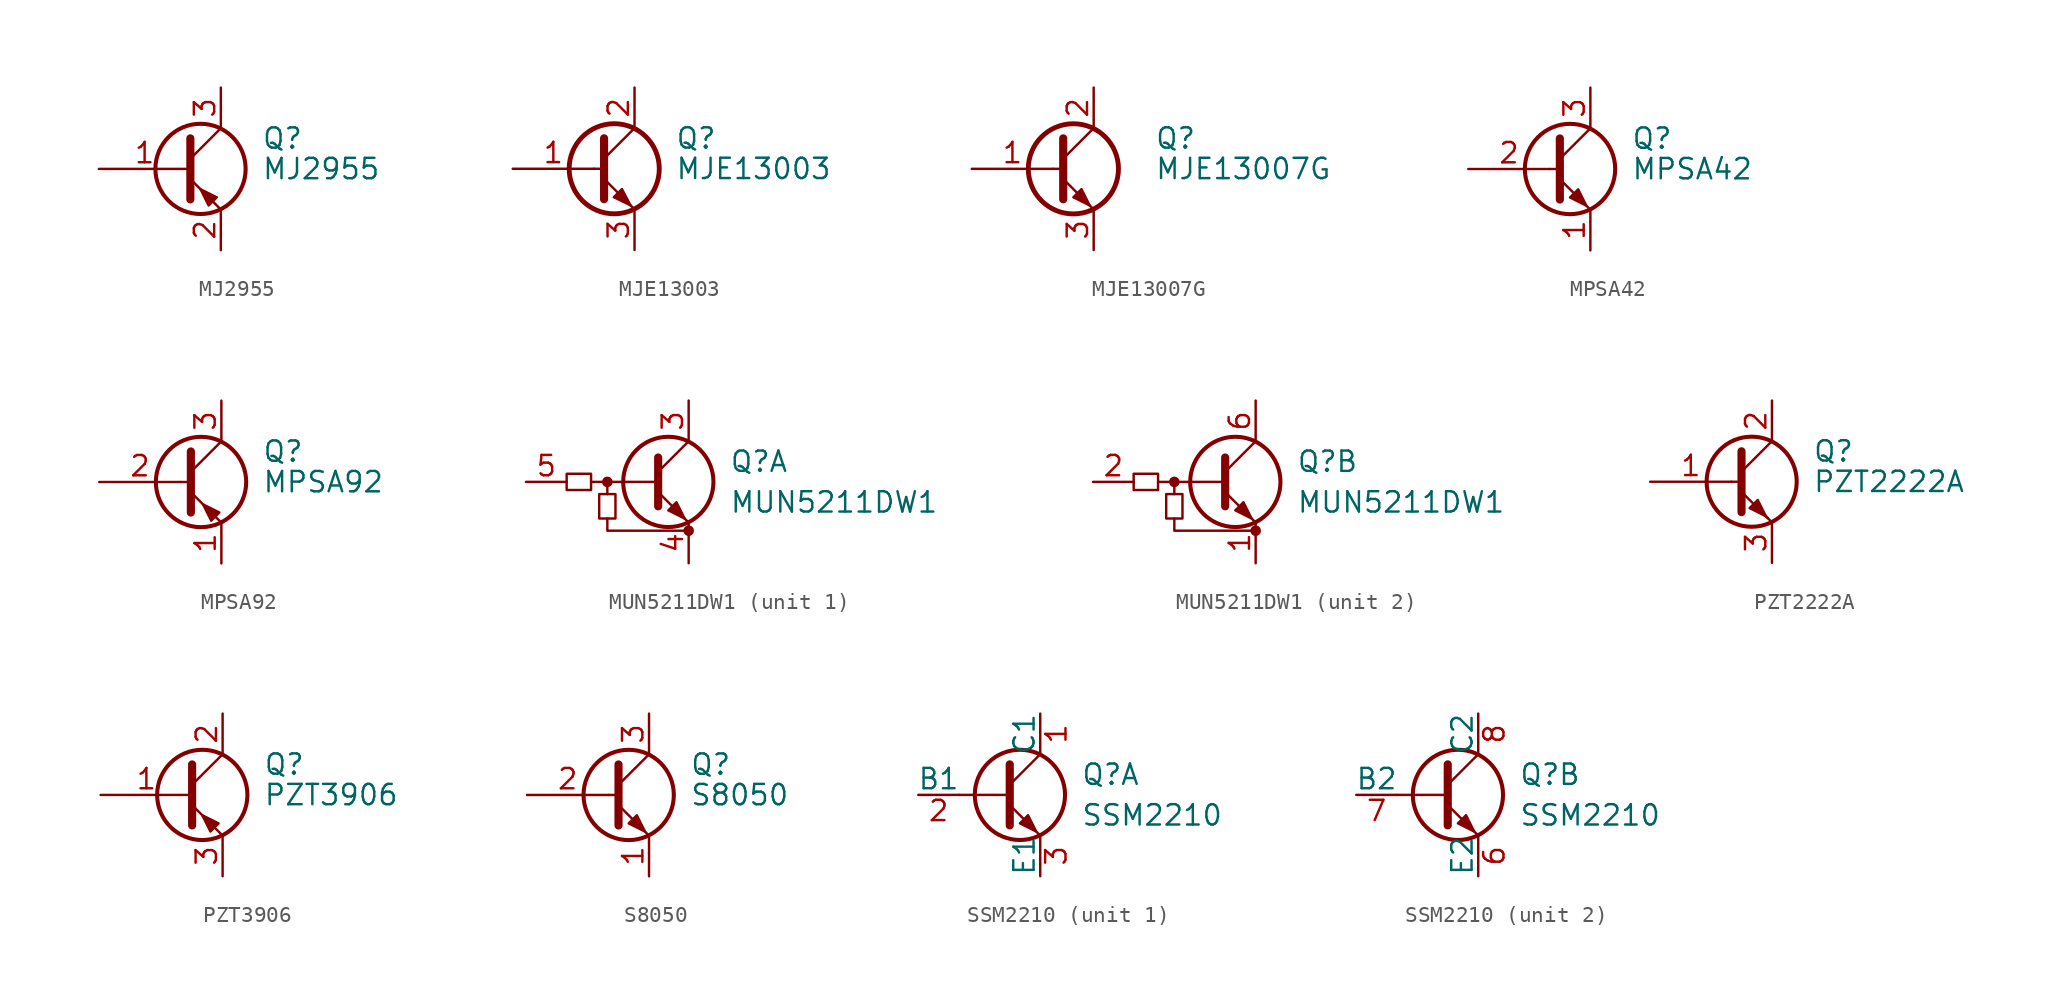
<source format=kicad_sym>
(kicad_symbol_lib
  (version 20201005)
  (generator kicad_symbol_editor)
  (symbol "MJ2955"
    (pin_names
      (offset 0) hide)
    (property "Reference" "Q"
      (at 5.08 1.905 0)
      (effects (font (size 1.27 1.27)) (justify left)))
    (property "Value" "MJ2955"
      (at 5.08 0 0)
      (effects (font (size 1.27 1.27)) (justify left)))
    (symbol "MJ2955_0_1"
      (circle (center 1.27 0) (radius 2.819) (stroke (width 0.254)) (fill (type none)))
      (polyline (pts (xy 0.635 0.635) (xy 2.54 2.54)) (stroke (width 0)) (fill (type none)))
      (polyline (pts (xy 0.635 -0.635) (xy 2.54 -2.54) (xy 2.54 -2.54)) (stroke (width 0)) (fill (type none)))
      (polyline (pts (xy 0.635 1.905) (xy 0.635 -1.905) (xy 0.635 -1.905)) (stroke (width 0.508)) (fill (type none)))
      (polyline (pts (xy 2.286 -1.778) (xy 1.778 -2.286) (xy 1.27 -1.27) (xy 2.286 -1.778) (xy 2.286 -1.778)) (stroke (width 0)) (fill (type outline))))
    (symbol "MJ2955_1_1"
      (pin input line (at -5.08 0 0) (length 5.715) (name "B" (effects (font (size 1.27 1.27)))) (number "1" (effects (font (size 1.27 1.27)))))
      (pin passive line (at 2.54 -5.08 90) (length 2.54) (name "E" (effects (font (size 1.27 1.27)))) (number "2" (effects (font (size 1.27 1.27)))))
      (pin passive line (at 2.54 5.08 270) (length 2.54) (name "C" (effects (font (size 1.27 1.27)))) (number "3" (effects (font (size 1.27 1.27)))))))
  (symbol "MJE13003"
    (pin_names
      (offset 0) hide)
    (property "Reference" "Q"
      (at 5.08 1.905 0)
      (effects (font (size 1.27 1.27)) (justify left)))
    (property "Value" "MJE13003"
      (at 5.08 0 0)
      (effects (font (size 1.27 1.27)) (justify left)))
    (symbol "MJE13003_0_1"
      (circle (center 1.27 0) (radius 2.819) (stroke (width 0.305)) (fill (type none)))
      (polyline (pts (xy 0 0) (xy 0.635 0)) (stroke (width 0)) (fill (type none)))
      (polyline (pts (xy 2.54 -2.54) (xy 0.635 -0.635)) (stroke (width 0)) (fill (type none)))
      (polyline (pts (xy 2.54 2.54) (xy 0.635 0.635)) (stroke (width 0)) (fill (type none)))
      (polyline (pts (xy 0.635 1.905) (xy 0.635 -1.905) (xy 0.635 -1.905)) (stroke (width 0.508)) (fill (type outline)))
      (polyline (pts (xy 1.245 -1.778) (xy 1.753 -1.27) (xy 2.286 -2.286) (xy 1.245 -1.778) (xy 1.245 -1.778)) (stroke (width 0)) (fill (type outline))))
    (symbol "MJE13003_1_1"
      (pin input line (at -5.08 0 0) (length 5.08) (name "B" (effects (font (size 1.27 1.27)))) (number "1" (effects (font (size 1.27 1.27)))))
      (pin passive line (at 2.54 5.08 270) (length 2.54) (name "C" (effects (font (size 1.27 1.27)))) (number "2" (effects (font (size 1.27 1.27)))))
      (pin passive line (at 2.54 -5.08 90) (length 2.54) (name "E" (effects (font (size 1.27 1.27)))) (number "3" (effects (font (size 1.27 1.27)))))))
  (symbol "MJE13007G"
    (pin_names
      (offset 0) hide)
    (property "Reference" "Q"
      (at 6.35 1.905 0)
      (effects (font (size 1.27 1.27)) (justify left)))
    (property "Value" "MJE13007G"
      (at 6.35 0 0)
      (effects (font (size 1.27 1.27)) (justify left)))
    (symbol "MJE13007G_0_1"
      (circle (center 1.27 0) (radius 2.819) (stroke (width 0.305)) (fill (type none)))
      (polyline (pts (xy 0 0) (xy 0.635 0)) (stroke (width 0)) (fill (type none)))
      (polyline (pts (xy 2.54 2.54) (xy 0.635 0.635)) (stroke (width 0)) (fill (type none)))
      (polyline (pts (xy 0.635 1.905) (xy 0.635 -1.905) (xy 0.635 -1.905)) (stroke (width 0.508)) (fill (type none)))
      (polyline (pts (xy 2.286 -2.286) (xy 1.778 -1.778) (xy 1.778 -1.778)) (stroke (width 0)) (fill (type none)))
      (polyline (pts (xy 2.54 -2.54) (xy 0.635 -0.635) (xy 1.27 -1.27)) (stroke (width 0)) (fill (type outline)))
      (polyline (pts (xy 1.27 -1.778) (xy 1.778 -1.27) (xy 2.286 -2.286) (xy 1.27 -1.778) (xy 1.27 -1.778)) (stroke (width 0)) (fill (type outline))))
    (symbol "MJE13007G_1_1"
      (pin input line (at -5.08 0 0) (length 5.08) (name "B" (effects (font (size 1.27 1.27)))) (number "1" (effects (font (size 1.27 1.27)))))
      (pin passive line (at 2.54 5.08 270) (length 2.54) (name "C" (effects (font (size 1.27 1.27)))) (number "2" (effects (font (size 1.27 1.27)))))
      (pin passive line (at 2.54 -5.08 90) (length 2.54) (name "E" (effects (font (size 1.27 1.27)))) (number "3" (effects (font (size 1.27 1.27)))))))
  (symbol "MPSA42"
    (pin_names
      (offset 1.016) hide)
    (property "Reference" "Q"
      (at 5.08 1.905 0)
      (effects (font (size 1.27 1.27)) (justify left)))
    (property "Value" "MPSA42"
      (at 5.08 0 0)
      (effects (font (size 1.27 1.27)) (justify left)))
    (symbol "MPSA42_0_1"
      (circle (center 1.27 0) (radius 2.819) (stroke (width 0.254)) (fill (type none)))
      (polyline (pts (xy 0 0) (xy 0.635 0)) (stroke (width 0)) (fill (type none)))
      (polyline (pts (xy 0.635 0.635) (xy 2.54 2.54)) (stroke (width 0)) (fill (type none)))
      (polyline (pts (xy 0.635 -0.635) (xy 2.54 -2.54) (xy 2.54 -2.54)) (stroke (width 0)) (fill (type none)))
      (polyline (pts (xy 0.635 1.905) (xy 0.635 -1.905) (xy 0.635 -1.905)) (stroke (width 0.508)) (fill (type none)))
      (polyline (pts (xy 1.27 -1.778) (xy 1.778 -1.27) (xy 2.286 -2.286) (xy 1.27 -1.778) (xy 1.27 -1.778)) (stroke (width 0)) (fill (type outline))))
    (symbol "MPSA42_1_1"
      (pin passive line (at 2.54 -5.08 90) (length 2.54) (name "E" (effects (font (size 1.27 1.27)))) (number "1" (effects (font (size 1.27 1.27)))))
      (pin input line (at -5.08 0 0) (length 5.08) (name "B" (effects (font (size 1.27 1.27)))) (number "2" (effects (font (size 1.27 1.27)))))
      (pin passive line (at 2.54 5.08 270) (length 2.54) (name "C" (effects (font (size 1.27 1.27)))) (number "3" (effects (font (size 1.27 1.27)))))))
  (symbol "MPSA92"
    (pin_names
      (offset 1.016) hide)
    (property "Reference" "Q"
      (at 5.08 1.905 0)
      (effects (font (size 1.27 1.27)) (justify left)))
    (property "Value" "MPSA92"
      (at 5.08 0 0)
      (effects (font (size 1.27 1.27)) (justify left)))
    (symbol "MPSA92_0_1"
      (circle (center 1.27 0) (radius 2.819) (stroke (width 0.254)) (fill (type none)))
      (polyline (pts (xy 0 0) (xy 0.635 0)) (stroke (width 0)) (fill (type none)))
      (polyline (pts (xy 2.54 -2.54) (xy 0.635 -0.635)) (stroke (width 0)) (fill (type none)))
      (polyline (pts (xy 2.54 2.54) (xy 0.635 0.635)) (stroke (width 0)) (fill (type none)))
      (polyline (pts (xy 0.635 1.905) (xy 0.635 -1.905) (xy 0.635 -1.905)) (stroke (width 0.508)) (fill (type outline)))
      (polyline (pts (xy 1.905 -2.413) (xy 2.413 -1.905) (xy 1.397 -1.397) (xy 1.905 -2.413) (xy 1.905 -2.413)) (stroke (width 0)) (fill (type outline))))
    (symbol "MPSA92_1_1"
      (pin passive line (at 2.54 -5.08 90) (length 2.54) (name "E" (effects (font (size 1.27 1.27)))) (number "1" (effects (font (size 1.27 1.27)))))
      (pin input line (at -5.08 0 0) (length 5.08) (name "B" (effects (font (size 1.27 1.27)))) (number "2" (effects (font (size 1.27 1.27)))))
      (pin passive line (at 2.54 5.08 270) (length 2.54) (name "C" (effects (font (size 1.27 1.27)))) (number "3" (effects (font (size 1.27 1.27)))))))
  (symbol "MUN5211DW1"
    (pin_names hide)
    (property "Reference" "Q"
      (at 3.81 1.27 0)
      (effects (font (size 1.27 1.27)) (justify left)))
    (property "Value" "MUN5211DW1"
      (at 3.81 -1.27 0)
      (effects (font (size 1.27 1.27)) (justify left)))
    (symbol "MUN5211DW1_0_1"
      (circle (center -3.81 0) (radius 0.254) (stroke (width 0)) (fill (type outline)))
      (circle (center 1.27 -3.048) (radius 0.254) (stroke (width 0)) (fill (type outline)))
      (rectangle (start -6.35 0.508) (end -4.826 -0.508) (stroke (width 0)) (fill (type none)))
      (rectangle (start -4.318 -2.286) (end -3.302 -0.762) (stroke (width 0)) (fill (type none)))
      (polyline (pts (xy -3.81 -0.762) (xy -3.81 0)) (stroke (width 0)) (fill (type none)))
      (polyline (pts (xy -0.762 0) (xy -4.826 0)) (stroke (width 0)) (fill (type none)))
      (polyline (pts (xy -0.635 1.524) (xy -0.635 -1.524)) (stroke (width 0.508)) (fill (type none)))
      (polyline (pts (xy -3.81 -2.286) (xy -3.81 -3.048) (xy 1.27 -3.048)) (stroke (width 0)) (fill (type none))))
    (symbol "MUN5211DW1_1_1"
      (circle (center 0 0) (radius 2.819) (stroke (width 0.254)) (fill (type none)))
      (polyline (pts (xy -0.635 0.635) (xy 1.27 2.54)) (stroke (width 0)) (fill (type none)))
      (polyline (pts (xy -0.635 -0.635) (xy 1.27 -2.54) (xy 1.27 -2.54)) (stroke (width 0)) (fill (type none)))
      (polyline (pts (xy 0 -1.778) (xy 0.508 -1.27) (xy 1.016 -2.286) (xy 0 -1.778) (xy 0 -1.778)) (stroke (width 0)) (fill (type outline)))
      (pin passive line (at 1.27 5.08 270) (length 2.54) (name "C1" (effects (font (size 1.27 1.27)))) (number "3" (effects (font (size 1.27 1.27)))))
      (pin passive line (at 1.27 -5.08 90) (length 2.54) (name "E1" (effects (font (size 1.27 1.27)))) (number "4" (effects (font (size 1.27 1.27)))))
      (pin input line (at -8.89 0 0) (length 2.54) (name "B1" (effects (font (size 1.27 1.27)))) (number "5" (effects (font (size 1.27 1.27))))))
    (symbol "MUN5211DW1_2_1"
      (circle (center 0 0) (radius 2.819) (stroke (width 0.254)) (fill (type none)))
      (polyline (pts (xy -0.635 0.635) (xy 1.27 2.54)) (stroke (width 0)) (fill (type none)))
      (polyline (pts (xy -0.635 -0.635) (xy 1.27 -2.54) (xy 1.27 -2.54)) (stroke (width 0)) (fill (type none)))
      (polyline (pts (xy 0 -1.778) (xy 0.508 -1.27) (xy 1.016 -2.286) (xy 0 -1.778) (xy 0 -1.778)) (stroke (width 0)) (fill (type outline)))
      (pin passive line (at 1.27 -5.08 90) (length 2.54) (name "E1" (effects (font (size 1.27 1.27)))) (number "1" (effects (font (size 1.27 1.27)))))
      (pin input line (at -8.89 0 0) (length 2.54) (name "B1" (effects (font (size 1.27 1.27)))) (number "2" (effects (font (size 1.27 1.27)))))
      (pin passive line (at 1.27 5.08 270) (length 2.54) (name "C1" (effects (font (size 1.27 1.27)))) (number "6" (effects (font (size 1.27 1.27)))))))
  (symbol "PZT2222A"
    (pin_names
      (offset 0) hide)
    (property "Reference" "Q"
      (at 5.08 1.905 0)
      (effects (font (size 1.27 1.27)) (justify left)))
    (property "Value" "PZT2222A"
      (at 5.08 0 0)
      (effects (font (size 1.27 1.27)) (justify left)))
    (symbol "PZT2222A_0_1"
      (circle (center 1.27 0) (radius 2.819) (stroke (width 0.254)) (fill (type none)))
      (polyline (pts (xy 0 0) (xy 0.635 0)) (stroke (width 0)) (fill (type none)))
      (polyline (pts (xy 2.54 -2.54) (xy 0.635 -0.635)) (stroke (width 0)) (fill (type none)))
      (polyline (pts (xy 2.54 2.54) (xy 0.635 0.635)) (stroke (width 0)) (fill (type none)))
      (polyline (pts (xy 0.635 1.905) (xy 0.635 -1.905) (xy 0.635 -1.905)) (stroke (width 0.508)) (fill (type none)))
      (polyline (pts (xy 2.286 -2.286) (xy 1.778 -1.778) (xy 1.778 -1.778)) (stroke (width 0)) (fill (type none)))
      (polyline (pts (xy 1.143 -1.651) (xy 1.651 -1.143) (xy 2.159 -2.159) (xy 1.143 -1.651) (xy 1.143 -1.651)) (stroke (width 0)) (fill (type outline))))
    (symbol "PZT2222A_1_1"
      (pin input line (at -5.08 0 0) (length 5.08) (name "B" (effects (font (size 1.27 1.27)))) (number "1" (effects (font (size 1.27 1.27)))))
      (pin passive line (at 2.54 5.08 270) (length 2.54) (name "C" (effects (font (size 1.27 1.27)))) (number "2" (effects (font (size 1.27 1.27)))))
      (pin passive line (at 2.54 -5.08 90) (length 2.54) (name "E" (effects (font (size 1.27 1.27)))) (number "3" (effects (font (size 1.27 1.27)))))))
  (symbol "PZT3906"
    (pin_names
      (offset 0) hide)
    (property "Reference" "Q"
      (at 5.08 1.905 0)
      (effects (font (size 1.27 1.27)) (justify left)))
    (property "Value" "PZT3906"
      (at 5.08 0 0)
      (effects (font (size 1.27 1.27)) (justify left)))
    (symbol "PZT3906_0_1"
      (circle (center 1.27 0) (radius 2.819) (stroke (width 0.254)) (fill (type none)))
      (polyline (pts (xy 0.635 0.635) (xy 2.54 2.54)) (stroke (width 0)) (fill (type none)))
      (polyline (pts (xy 0.635 -0.635) (xy 2.54 -2.54) (xy 2.54 -2.54)) (stroke (width 0)) (fill (type none)))
      (polyline (pts (xy 0.635 1.905) (xy 0.635 -1.905) (xy 0.635 -1.905)) (stroke (width 0.508)) (fill (type none)))
      (polyline (pts (xy 2.286 -1.778) (xy 1.778 -2.286) (xy 1.27 -1.27) (xy 2.286 -1.778) (xy 2.286 -1.778)) (stroke (width 0)) (fill (type outline))))
    (symbol "PZT3906_1_1"
      (pin input line (at -5.08 0 0) (length 5.715) (name "B" (effects (font (size 1.27 1.27)))) (number "1" (effects (font (size 1.27 1.27)))))
      (pin passive line (at 2.54 5.08 270) (length 2.54) (name "C" (effects (font (size 1.27 1.27)))) (number "2" (effects (font (size 1.27 1.27)))))
      (pin passive line (at 2.54 -5.08 90) (length 2.54) (name "E" (effects (font (size 1.27 1.27)))) (number "3" (effects (font (size 1.27 1.27)))))
      (pin passive line (at 2.54 5.08 270) (length 2.54) hide (name "C" (effects (font (size 1.27 1.27)))) (number "4" (effects (font (size 1.27 1.27)))))))
  (symbol "S8050"
    (pin_names
      (offset 0) hide)
    (property "Reference" "Q"
      (at 5.08 1.905 0)
      (effects (font (size 1.27 1.27)) (justify left)))
    (property "Value" "S8050"
      (at 5.08 0 0)
      (effects (font (size 1.27 1.27)) (justify left)))
    (symbol "S8050_0_1"
      (circle (center 1.27 0) (radius 2.819) (stroke (width 0.254)) (fill (type none)))
      (polyline (pts (xy 0 0) (xy 0.635 0)) (stroke (width 0)) (fill (type none)))
      (polyline (pts (xy 0.635 0.635) (xy 2.54 2.54)) (stroke (width 0)) (fill (type none)))
      (polyline (pts (xy 0.635 -0.635) (xy 2.54 -2.54) (xy 2.54 -2.54)) (stroke (width 0)) (fill (type none)))
      (polyline (pts (xy 0.635 1.905) (xy 0.635 -1.905) (xy 0.635 -1.905)) (stroke (width 0.508)) (fill (type none)))
      (polyline (pts (xy 1.27 -1.778) (xy 1.778 -1.27) (xy 2.286 -2.286) (xy 1.27 -1.778) (xy 1.27 -1.778)) (stroke (width 0)) (fill (type outline))))
    (symbol "S8050_1_1"
      (pin passive line (at 2.54 -5.08 90) (length 2.54) (name "E" (effects (font (size 1.27 1.27)))) (number "1" (effects (font (size 1.27 1.27)))))
      (pin input line (at -5.08 0 0) (length 5.08) (name "B" (effects (font (size 1.27 1.27)))) (number "2" (effects (font (size 1.27 1.27)))))
      (pin passive line (at 2.54 5.08 270) (length 2.54) (name "C" (effects (font (size 1.27 1.27)))) (number "3" (effects (font (size 1.27 1.27)))))))
  (symbol "SSM2210"
    (pin_names
      (offset 0))
    (property "Reference" "Q"
      (at 5.08 1.27 0)
      (effects (font (size 1.27 1.27)) (justify left)))
    (property "Value" "SSM2210"
      (at 5.08 -1.27 0)
      (effects (font (size 1.27 1.27)) (justify left)))
    (symbol "SSM2210_0_1"
      (circle (center 1.27 0) (radius 2.819) (stroke (width 0.254)) (fill (type none)))
      (polyline (pts (xy 0.635 0) (xy -2.54 0)) (stroke (width 0)) (fill (type none)))
      (polyline (pts (xy 0.635 0.635) (xy 2.54 2.54)) (stroke (width 0)) (fill (type none)))
      (polyline (pts (xy 0.635 -0.635) (xy 2.54 -2.54) (xy 2.54 -2.54)) (stroke (width 0)) (fill (type none)))
      (polyline (pts (xy 0.635 1.905) (xy 0.635 -1.905) (xy 0.635 -1.905)) (stroke (width 0.508)) (fill (type none)))
      (polyline (pts (xy 1.27 -1.778) (xy 1.778 -1.27) (xy 2.286 -2.286) (xy 1.27 -1.778) (xy 1.27 -1.778)) (stroke (width 0)) (fill (type outline))))
    (symbol "SSM2210_1_1"
      (pin passive line (at 2.54 5.08 270) (length 2.54) (name "C1" (effects (font (size 1.27 1.27)))) (number "1" (effects (font (size 1.27 1.27)))))
      (pin input line (at -5.08 0 0) (length 2.54) (name "B1" (effects (font (size 1.27 1.27)))) (number "2" (effects (font (size 1.27 1.27)))))
      (pin passive line (at 2.54 -5.08 90) (length 2.54) (name "E1" (effects (font (size 1.27 1.27)))) (number "3" (effects (font (size 1.27 1.27))))))
    (symbol "SSM2210_2_1"
      (pin passive line (at 2.54 -5.08 90) (length 2.54) (name "E2" (effects (font (size 1.27 1.27)))) (number "6" (effects (font (size 1.27 1.27)))))
      (pin input line (at -5.08 0 0) (length 2.54) (name "B2" (effects (font (size 1.27 1.27)))) (number "7" (effects (font (size 1.27 1.27)))))
      (pin passive line (at 2.54 5.08 270) (length 2.54) (name "C2" (effects (font (size 1.27 1.27)))) (number "8" (effects (font (size 1.27 1.27))))))))
</source>
